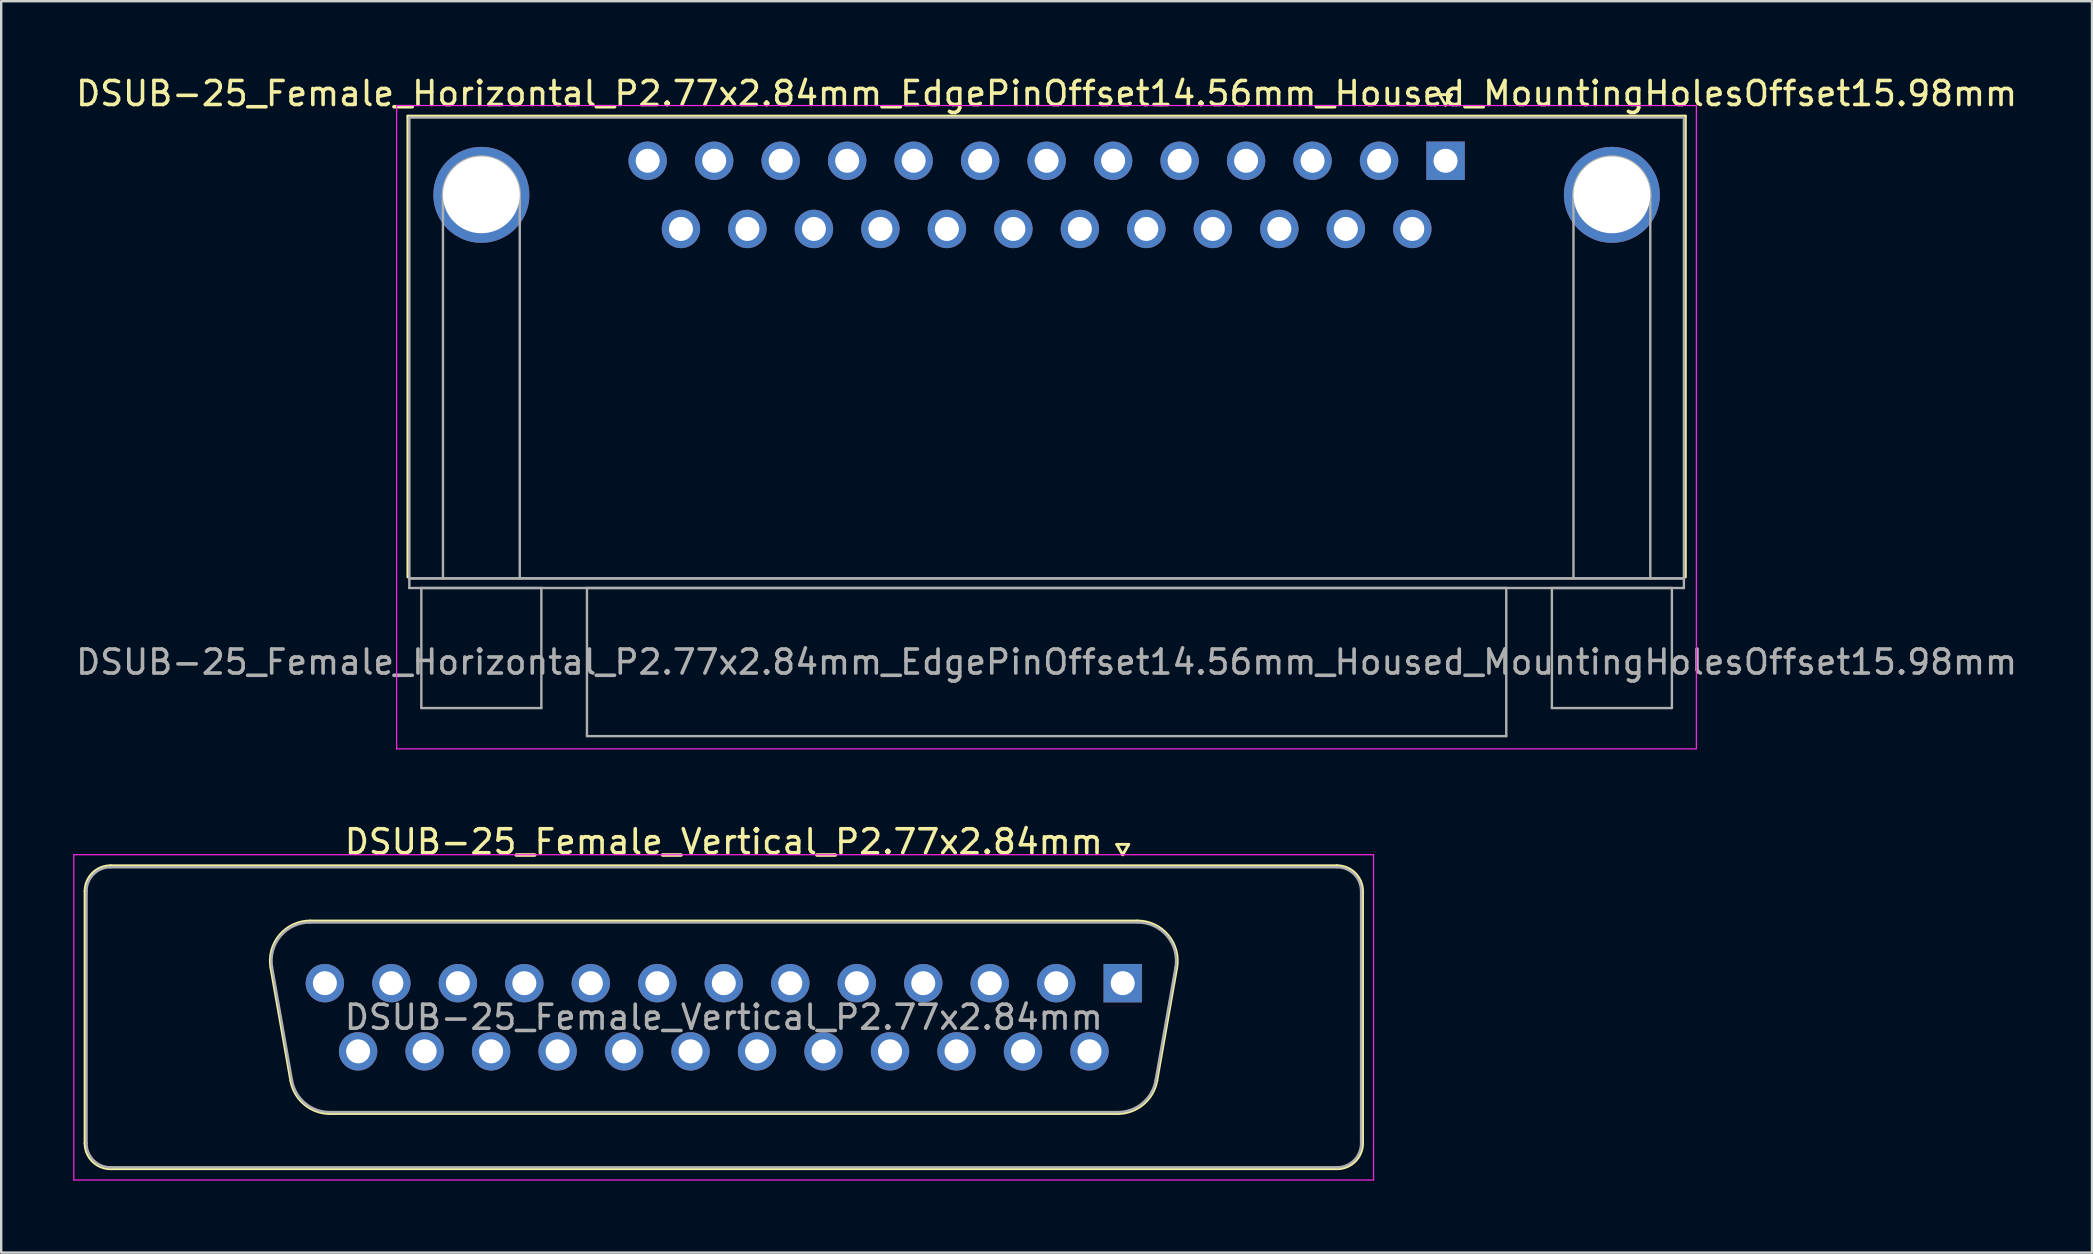
<source format=kicad_pcb>
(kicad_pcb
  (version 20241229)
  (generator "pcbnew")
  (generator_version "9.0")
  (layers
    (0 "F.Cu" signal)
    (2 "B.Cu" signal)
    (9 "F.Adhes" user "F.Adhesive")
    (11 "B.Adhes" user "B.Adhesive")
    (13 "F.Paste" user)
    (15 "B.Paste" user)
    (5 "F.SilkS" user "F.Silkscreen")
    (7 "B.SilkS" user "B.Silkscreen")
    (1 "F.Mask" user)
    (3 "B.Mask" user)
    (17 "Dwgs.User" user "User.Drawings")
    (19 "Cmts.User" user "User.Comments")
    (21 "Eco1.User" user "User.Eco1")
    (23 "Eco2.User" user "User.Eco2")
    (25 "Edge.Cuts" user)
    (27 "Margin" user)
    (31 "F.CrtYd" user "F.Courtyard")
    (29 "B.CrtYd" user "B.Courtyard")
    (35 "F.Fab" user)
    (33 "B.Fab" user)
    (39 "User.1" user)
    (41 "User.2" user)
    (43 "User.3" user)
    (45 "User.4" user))
  (footprint "DSUB-25_Female_Vertical_P2.77x2.84mm"
    (layer "F.Cu")
    (at 43.725 37.911)
    (property "Reference" "DSUB-25_Female_Vertical_P2.77x2.84mm" (at -16.62 -5.89 0) (layer "F.SilkS") (effects (font (size 1 1) (thickness 0.15))))
    (attr through_hole)
    (fp_line (start -43.23 6.67) (end -43.23 -3.83) (stroke (width 0.12) (type solid)) (layer "F.SilkS"))
    (fp_line (start -42.17 -4.89) (end 8.93 -4.89) (stroke (width 0.12) (type solid)) (layer "F.SilkS"))
    (fp_line (start -35.486 -0.642) (end -34.658 4.058) (stroke (width 0.12) (type solid)) (layer "F.SilkS"))
    (fp_line (start -33.852 -2.59) (end 0.612 -2.59) (stroke (width 0.12) (type solid)) (layer "F.SilkS"))
    (fp_line (start -33.023 5.43) (end -0.217 5.43) (stroke (width 0.12) (type solid)) (layer "F.SilkS"))
    (fp_line (start -0.25 -5.784) (end 0.25 -5.784) (stroke (width 0.12) (type solid)) (layer "F.SilkS"))
    (fp_line (start 0 -5.351) (end -0.25 -5.784) (stroke (width 0.12) (type solid)) (layer "F.SilkS"))
    (fp_line (start 0.25 -5.784) (end 0 -5.351) (stroke (width 0.12) (type solid)) (layer "F.SilkS"))
    (fp_line (start 2.246 -0.642) (end 1.418 4.058) (stroke (width 0.12) (type solid)) (layer "F.SilkS"))
    (fp_line (start 8.93 7.73) (end -42.17 7.73) (stroke (width 0.12) (type solid)) (layer "F.SilkS"))
    (fp_line (start 9.99 -3.83) (end 9.99 6.67) (stroke (width 0.12) (type solid)) (layer "F.SilkS"))
    (fp_arc (start -43.23 -3.83) (mid -42.919533 -4.579533) (end -42.17 -4.89) (stroke (width 0.12) (type solid)) (layer "F.SilkS"))
    (fp_arc (start -42.17 7.73) (mid -42.919533 7.419533) (end -43.23 6.67) (stroke (width 0.12) (type solid)) (layer "F.SilkS"))
    (fp_arc (start -35.48647 -0.641744) (mid -35.123323 -1.997028) (end -33.851689 -2.59) (stroke (width 0.12) (type solid)) (layer "F.SilkS"))
    (fp_arc (start -33.022952 5.43) (mid -34.089979 5.041634) (end -34.657733 4.058256) (stroke (width 0.12) (type solid)) (layer "F.SilkS"))
    (fp_arc (start 0.611689 -2.59) (mid 1.883323 -1.997027) (end 2.24647 -0.641744) (stroke (width 0.12) (type solid)) (layer "F.SilkS"))
    (fp_arc (start 1.417733 4.058256) (mid 0.84998 5.041634) (end -0.217048 5.43) (stroke (width 0.12) (type solid)) (layer "F.SilkS"))
    (fp_arc (start 8.93 -4.89) (mid 9.679533 -4.579533) (end 9.99 -3.83) (stroke (width 0.12) (type solid)) (layer "F.SilkS"))
    (fp_arc (start 9.99 6.67) (mid 9.679533 7.419533) (end 8.93 7.73) (stroke (width 0.12) (type solid)) (layer "F.SilkS"))
    (fp_line (start -43.7 -5.35) (end -43.7 8.2) (stroke (width 0.05) (type solid)) (layer "F.CrtYd"))
    (fp_line (start -43.7 8.2) (end 10.45 8.2) (stroke (width 0.05) (type solid)) (layer "F.CrtYd"))
    (fp_line (start 10.45 -5.35) (end -43.7 -5.35) (stroke (width 0.05) (type solid)) (layer "F.CrtYd"))
    (fp_line (start 10.45 8.2) (end 10.45 -5.35) (stroke (width 0.05) (type solid)) (layer "F.CrtYd"))
    (fp_line (start -43.17 6.67) (end -43.17 -3.83) (stroke (width 0.1) (type solid)) (layer "F.Fab"))
    (fp_line (start -42.17 -4.83) (end 8.93 -4.83) (stroke (width 0.1) (type solid)) (layer "F.Fab"))
    (fp_line (start -35.439 -0.652) (end -34.61 4.048) (stroke (width 0.1) (type solid)) (layer "F.Fab"))
    (fp_line (start -33.863 -2.53) (end 0.623 -2.53) (stroke (width 0.1) (type solid)) (layer "F.Fab"))
    (fp_line (start -33.034 5.37) (end -0.206 5.37) (stroke (width 0.1) (type solid)) (layer "F.Fab"))
    (fp_line (start 2.199 -0.652) (end 1.37 4.048) (stroke (width 0.1) (type solid)) (layer "F.Fab"))
    (fp_line (start 8.93 7.67) (end -42.17 7.67) (stroke (width 0.1) (type solid)) (layer "F.Fab"))
    (fp_line (start 9.93 -3.83) (end 9.93 6.67) (stroke (width 0.1) (type solid)) (layer "F.Fab"))
    (fp_arc (start -43.17 -3.83) (mid -42.877107 -4.537107) (end -42.17 -4.83) (stroke (width 0.1) (type solid)) (layer "F.Fab"))
    (fp_arc (start -42.17 7.67) (mid -42.877107 7.377107) (end -43.17 6.67) (stroke (width 0.1) (type solid)) (layer "F.Fab"))
    (fp_arc (start -35.438886 -0.652163) (mid -35.088865 -1.95846) (end -33.863194 -2.53) (stroke (width 0.1) (type solid)) (layer "F.Fab"))
    (fp_arc (start -33.034457 5.37) (mid -34.062917 4.995671) (end -34.610149 4.047837) (stroke (width 0.1) (type solid)) (layer "F.Fab"))
    (fp_arc (start 0.623194 -2.53) (mid 1.848865 -1.95846) (end 2.198886 -0.652163) (stroke (width 0.1) (type solid)) (layer "F.Fab"))
    (fp_arc (start 1.370149 4.047837) (mid 0.822917 4.995671) (end -0.205543 5.37) (stroke (width 0.1) (type solid)) (layer "F.Fab"))
    (fp_arc (start 8.93 -4.83) (mid 9.637107 -4.537107) (end 9.93 -3.83) (stroke (width 0.1) (type solid)) (layer "F.Fab"))
    (fp_arc (start 9.93 6.67) (mid 9.637107 7.377107) (end 8.93 7.67) (stroke (width 0.1) (type solid)) (layer "F.Fab"))
    (fp_text user "${REFERENCE}" (at -16.62 1.42 0) (layer "F.Fab") (effects (font (size 1 1) (thickness 0.15))))
    (pad "1" thru_hole rect (at 0 0) (size 1.6 1.6) (drill 1) (layers "*.Cu" "*.Mask"))
    (pad "2" thru_hole circle (at -2.77 0) (size 1.6 1.6) (drill 1) (layers "*.Cu" "*.Mask"))
    (pad "3" thru_hole circle (at -5.54 0) (size 1.6 1.6) (drill 1) (layers "*.Cu" "*.Mask"))
    (pad "4" thru_hole circle (at -8.31 0) (size 1.6 1.6) (drill 1) (layers "*.Cu" "*.Mask"))
    (pad "5" thru_hole circle (at -11.08 0) (size 1.6 1.6) (drill 1) (layers "*.Cu" "*.Mask"))
    (pad "6" thru_hole circle (at -13.85 0) (size 1.6 1.6) (drill 1) (layers "*.Cu" "*.Mask"))
    (pad "7" thru_hole circle (at -16.62 0) (size 1.6 1.6) (drill 1) (layers "*.Cu" "*.Mask"))
    (pad "8" thru_hole circle (at -19.39 0) (size 1.6 1.6) (drill 1) (layers "*.Cu" "*.Mask"))
    (pad "9" thru_hole circle (at -22.16 0) (size 1.6 1.6) (drill 1) (layers "*.Cu" "*.Mask"))
    (pad "10" thru_hole circle (at -24.93 0) (size 1.6 1.6) (drill 1) (layers "*.Cu" "*.Mask"))
    (pad "11" thru_hole circle (at -27.7 0) (size 1.6 1.6) (drill 1) (layers "*.Cu" "*.Mask"))
    (pad "12" thru_hole circle (at -30.47 0) (size 1.6 1.6) (drill 1) (layers "*.Cu" "*.Mask"))
    (pad "13" thru_hole circle (at -33.24 0) (size 1.6 1.6) (drill 1) (layers "*.Cu" "*.Mask"))
    (pad "14" thru_hole circle (at -1.385 2.84) (size 1.6 1.6) (drill 1) (layers "*.Cu" "*.Mask"))
    (pad "15" thru_hole circle (at -4.155 2.84) (size 1.6 1.6) (drill 1) (layers "*.Cu" "*.Mask"))
    (pad "16" thru_hole circle (at -6.925 2.84) (size 1.6 1.6) (drill 1) (layers "*.Cu" "*.Mask"))
    (pad "17" thru_hole circle (at -9.695 2.84) (size 1.6 1.6) (drill 1) (layers "*.Cu" "*.Mask"))
    (pad "18" thru_hole circle (at -12.465 2.84) (size 1.6 1.6) (drill 1) (layers "*.Cu" "*.Mask"))
    (pad "19" thru_hole circle (at -15.235 2.84) (size 1.6 1.6) (drill 1) (layers "*.Cu" "*.Mask"))
    (pad "20" thru_hole circle (at -18.005 2.84) (size 1.6 1.6) (drill 1) (layers "*.Cu" "*.Mask"))
    (pad "21" thru_hole circle (at -20.775 2.84) (size 1.6 1.6) (drill 1) (layers "*.Cu" "*.Mask"))
    (pad "22" thru_hole circle (at -23.545 2.84) (size 1.6 1.6) (drill 1) (layers "*.Cu" "*.Mask"))
    (pad "23" thru_hole circle (at -26.315 2.84) (size 1.6 1.6) (drill 1) (layers "*.Cu" "*.Mask"))
    (pad "24" thru_hole circle (at -29.085 2.84) (size 1.6 1.6) (drill 1) (layers "*.Cu" "*.Mask"))
    (pad "25" thru_hole circle (at -31.855 2.84) (size 1.6 1.6) (drill 1) (layers "*.Cu" "*.Mask")))
  (footprint "DSUB-25_Female_Horizontal_P2.77x2.84mm_EdgePinOffset14.56mm_Housed_MountingHolesOffset15.98mm"
    (layer "F.Cu")
    (at 57.174 3.648)
    (property "Reference" "DSUB-25_Female_Horizontal_P2.77x2.84mm_EdgePinOffset14.56mm_Housed_MountingHolesOffset15.98mm" (at -16.62 -2.8 0) (layer "F.SilkS") (effects (font (size 1 1) (thickness 0.15))))
    (attr through_hole)
    (fp_line (start -43.23 -1.86) (end 9.99 -1.86) (stroke (width 0.12) (type solid)) (layer "F.SilkS"))
    (fp_line (start -43.23 17.34) (end -43.23 -1.86) (stroke (width 0.12) (type solid)) (layer "F.SilkS"))
    (fp_line (start -0.25 -2.754) (end 0.25 -2.754) (stroke (width 0.12) (type solid)) (layer "F.SilkS"))
    (fp_line (start 0 -2.321) (end -0.25 -2.754) (stroke (width 0.12) (type solid)) (layer "F.SilkS"))
    (fp_line (start 0.25 -2.754) (end 0 -2.321) (stroke (width 0.12) (type solid)) (layer "F.SilkS"))
    (fp_line (start 9.99 -1.86) (end 9.99 17.34) (stroke (width 0.12) (type solid)) (layer "F.SilkS"))
    (fp_line (start -43.7 -2.3) (end -43.7 24.5) (stroke (width 0.05) (type solid)) (layer "F.CrtYd"))
    (fp_line (start -43.7 24.5) (end 10.45 24.5) (stroke (width 0.05) (type solid)) (layer "F.CrtYd"))
    (fp_line (start 10.45 -2.3) (end -43.7 -2.3) (stroke (width 0.05) (type solid)) (layer "F.CrtYd"))
    (fp_line (start 10.45 24.5) (end 10.45 -2.3) (stroke (width 0.05) (type solid)) (layer "F.CrtYd"))
    (fp_line (start -43.17 -1.8) (end -43.17 17.4) (stroke (width 0.1) (type solid)) (layer "F.Fab"))
    (fp_line (start -43.17 17.4) (end -43.17 17.8) (stroke (width 0.1) (type solid)) (layer "F.Fab"))
    (fp_line (start -43.17 17.4) (end 9.93 17.4) (stroke (width 0.1) (type solid)) (layer "F.Fab"))
    (fp_line (start -43.17 17.8) (end 9.93 17.8) (stroke (width 0.1) (type solid)) (layer "F.Fab"))
    (fp_line (start -42.67 17.8) (end -42.67 22.8) (stroke (width 0.1) (type solid)) (layer "F.Fab"))
    (fp_line (start -42.67 22.8) (end -37.67 22.8) (stroke (width 0.1) (type solid)) (layer "F.Fab"))
    (fp_line (start -41.77 17.4) (end -41.77 1.42) (stroke (width 0.1) (type solid)) (layer "F.Fab"))
    (fp_line (start -38.57 17.4) (end -38.57 1.42) (stroke (width 0.1) (type solid)) (layer "F.Fab"))
    (fp_line (start -37.67 17.8) (end -42.67 17.8) (stroke (width 0.1) (type solid)) (layer "F.Fab"))
    (fp_line (start -37.67 22.8) (end -37.67 17.8) (stroke (width 0.1) (type solid)) (layer "F.Fab"))
    (fp_line (start -35.77 17.8) (end -35.77 23.97) (stroke (width 0.1) (type solid)) (layer "F.Fab"))
    (fp_line (start -35.77 23.97) (end 2.53 23.97) (stroke (width 0.1) (type solid)) (layer "F.Fab"))
    (fp_line (start 2.53 17.8) (end -35.77 17.8) (stroke (width 0.1) (type solid)) (layer "F.Fab"))
    (fp_line (start 2.53 23.97) (end 2.53 17.8) (stroke (width 0.1) (type solid)) (layer "F.Fab"))
    (fp_line (start 4.43 17.8) (end 4.43 22.8) (stroke (width 0.1) (type solid)) (layer "F.Fab"))
    (fp_line (start 4.43 22.8) (end 9.43 22.8) (stroke (width 0.1) (type solid)) (layer "F.Fab"))
    (fp_line (start 5.33 17.4) (end 5.33 1.42) (stroke (width 0.1) (type solid)) (layer "F.Fab"))
    (fp_line (start 8.53 17.4) (end 8.53 1.42) (stroke (width 0.1) (type solid)) (layer "F.Fab"))
    (fp_line (start 9.43 17.8) (end 4.43 17.8) (stroke (width 0.1) (type solid)) (layer "F.Fab"))
    (fp_line (start 9.43 22.8) (end 9.43 17.8) (stroke (width 0.1) (type solid)) (layer "F.Fab"))
    (fp_line (start 9.93 -1.8) (end -43.17 -1.8) (stroke (width 0.1) (type solid)) (layer "F.Fab"))
    (fp_line (start 9.93 17.4) (end -43.17 17.4) (stroke (width 0.1) (type solid)) (layer "F.Fab"))
    (fp_line (start 9.93 17.4) (end 9.93 -1.8) (stroke (width 0.1) (type solid)) (layer "F.Fab"))
    (fp_line (start 9.93 17.8) (end 9.93 17.4) (stroke (width 0.1) (type solid)) (layer "F.Fab"))
    (fp_arc (start -41.77 1.42) (mid -40.17 -0.18) (end -38.57 1.42) (stroke (width 0.1) (type solid)) (layer "F.Fab"))
    (fp_arc (start 5.33 1.42) (mid 6.93 -0.18) (end 8.53 1.42) (stroke (width 0.1) (type solid)) (layer "F.Fab"))
    (fp_text user "${REFERENCE}" (at -16.62 20.885 0) (layer "F.Fab") (effects (font (size 1 1) (thickness 0.15))))
    (pad "0" thru_hole circle (at -40.17 1.42) (size 4 4) (drill 3.2) (layers "*.Cu" "*.Mask"))
    (pad "0" thru_hole circle (at 6.93 1.42) (size 4 4) (drill 3.2) (layers "*.Cu" "*.Mask"))
    (pad "1" thru_hole rect (at 0 0) (size 1.6 1.6) (drill 1) (layers "*.Cu" "*.Mask"))
    (pad "2" thru_hole circle (at -2.77 0) (size 1.6 1.6) (drill 1) (layers "*.Cu" "*.Mask"))
    (pad "3" thru_hole circle (at -5.54 0) (size 1.6 1.6) (drill 1) (layers "*.Cu" "*.Mask"))
    (pad "4" thru_hole circle (at -8.31 0) (size 1.6 1.6) (drill 1) (layers "*.Cu" "*.Mask"))
    (pad "5" thru_hole circle (at -11.08 0) (size 1.6 1.6) (drill 1) (layers "*.Cu" "*.Mask"))
    (pad "6" thru_hole circle (at -13.85 0) (size 1.6 1.6) (drill 1) (layers "*.Cu" "*.Mask"))
    (pad "7" thru_hole circle (at -16.62 0) (size 1.6 1.6) (drill 1) (layers "*.Cu" "*.Mask"))
    (pad "8" thru_hole circle (at -19.39 0) (size 1.6 1.6) (drill 1) (layers "*.Cu" "*.Mask"))
    (pad "9" thru_hole circle (at -22.16 0) (size 1.6 1.6) (drill 1) (layers "*.Cu" "*.Mask"))
    (pad "10" thru_hole circle (at -24.93 0) (size 1.6 1.6) (drill 1) (layers "*.Cu" "*.Mask"))
    (pad "11" thru_hole circle (at -27.7 0) (size 1.6 1.6) (drill 1) (layers "*.Cu" "*.Mask"))
    (pad "12" thru_hole circle (at -30.47 0) (size 1.6 1.6) (drill 1) (layers "*.Cu" "*.Mask"))
    (pad "13" thru_hole circle (at -33.24 0) (size 1.6 1.6) (drill 1) (layers "*.Cu" "*.Mask"))
    (pad "14" thru_hole circle (at -1.385 2.84) (size 1.6 1.6) (drill 1) (layers "*.Cu" "*.Mask"))
    (pad "15" thru_hole circle (at -4.155 2.84) (size 1.6 1.6) (drill 1) (layers "*.Cu" "*.Mask"))
    (pad "16" thru_hole circle (at -6.925 2.84) (size 1.6 1.6) (drill 1) (layers "*.Cu" "*.Mask"))
    (pad "17" thru_hole circle (at -9.695 2.84) (size 1.6 1.6) (drill 1) (layers "*.Cu" "*.Mask"))
    (pad "18" thru_hole circle (at -12.465 2.84) (size 1.6 1.6) (drill 1) (layers "*.Cu" "*.Mask"))
    (pad "19" thru_hole circle (at -15.235 2.84) (size 1.6 1.6) (drill 1) (layers "*.Cu" "*.Mask"))
    (pad "20" thru_hole circle (at -18.005 2.84) (size 1.6 1.6) (drill 1) (layers "*.Cu" "*.Mask"))
    (pad "21" thru_hole circle (at -20.775 2.84) (size 1.6 1.6) (drill 1) (layers "*.Cu" "*.Mask"))
    (pad "22" thru_hole circle (at -23.545 2.84) (size 1.6 1.6) (drill 1) (layers "*.Cu" "*.Mask"))
    (pad "23" thru_hole circle (at -26.315 2.84) (size 1.6 1.6) (drill 1) (layers "*.Cu" "*.Mask"))
    (pad "24" thru_hole circle (at -29.085 2.84) (size 1.6 1.6) (drill 1) (layers "*.Cu" "*.Mask"))
    (pad "25" thru_hole circle (at -31.855 2.84) (size 1.6 1.6) (drill 1) (layers "*.Cu" "*.Mask")))
  (gr_rect
    (start -3 -3)
    (end 84.107 49.136)
    (stroke (width 0.1) (type default))
    (fill no)
    (layer "Edge.Cuts")))
</source>
